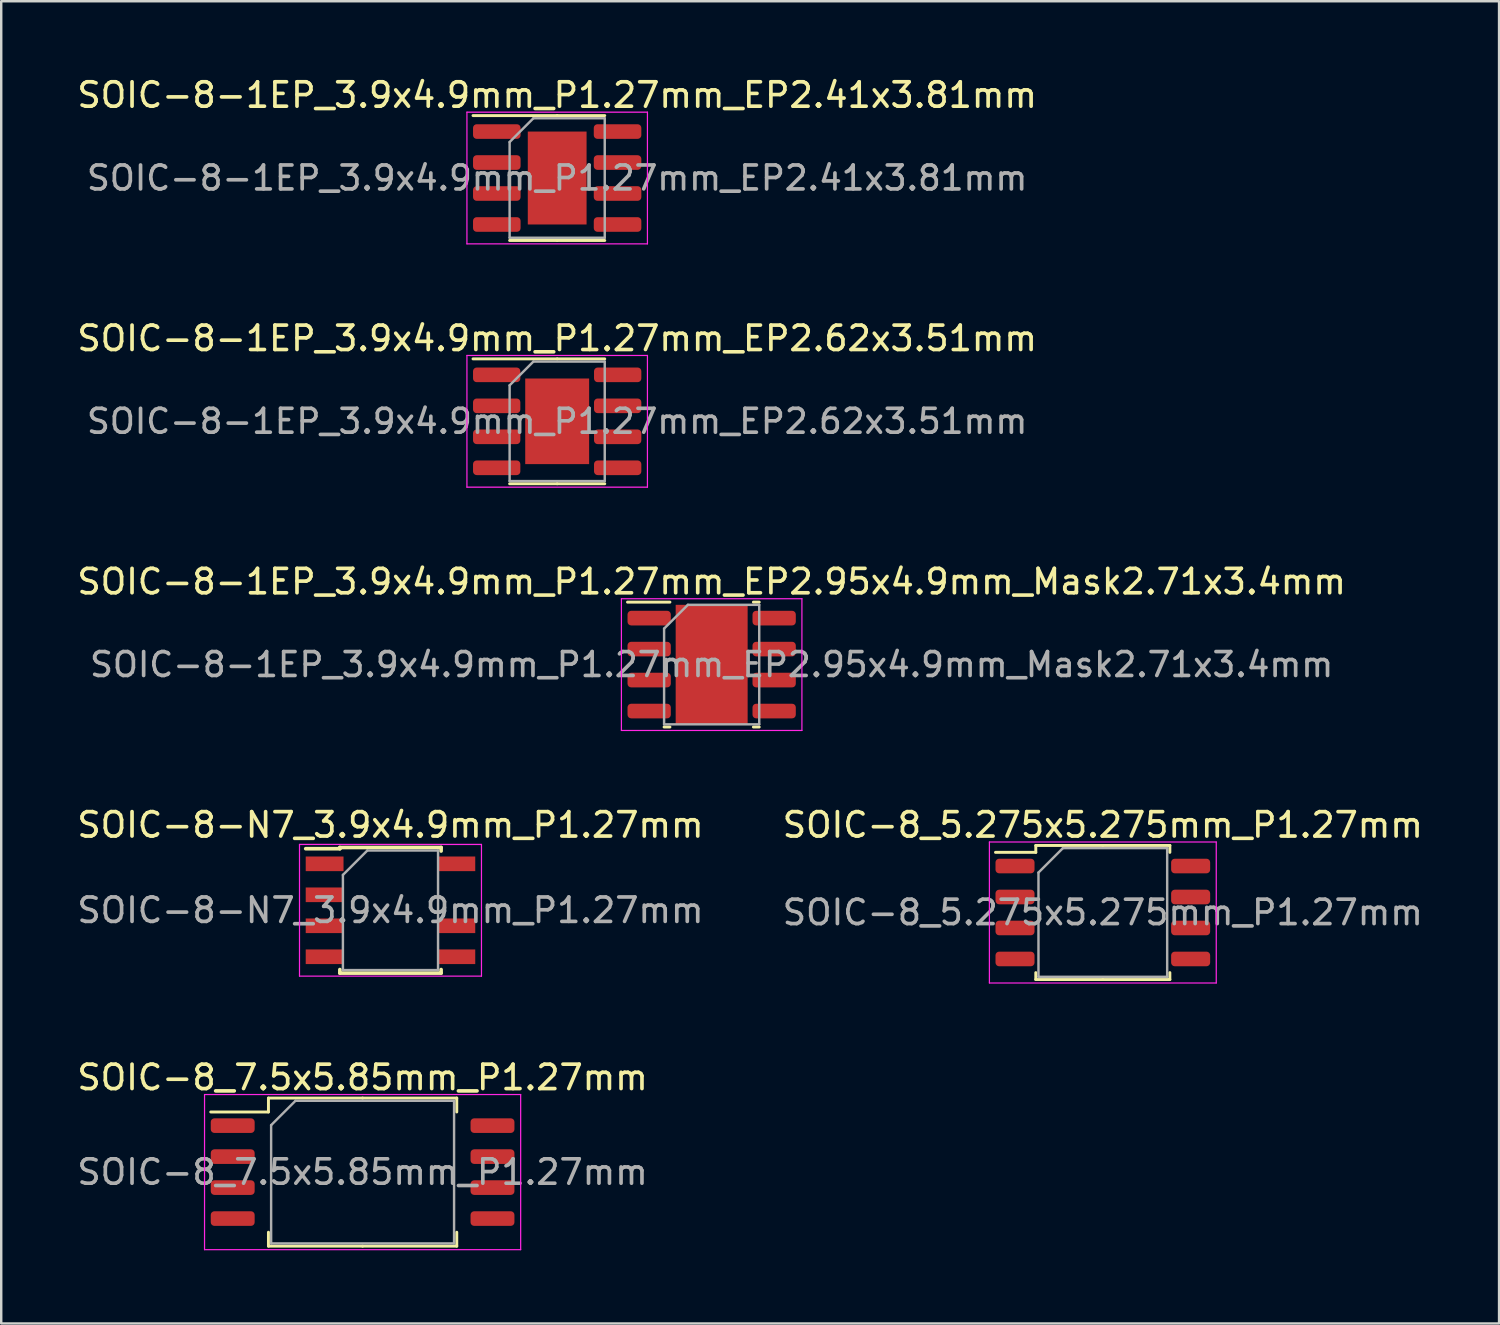
<source format=kicad_pcb>
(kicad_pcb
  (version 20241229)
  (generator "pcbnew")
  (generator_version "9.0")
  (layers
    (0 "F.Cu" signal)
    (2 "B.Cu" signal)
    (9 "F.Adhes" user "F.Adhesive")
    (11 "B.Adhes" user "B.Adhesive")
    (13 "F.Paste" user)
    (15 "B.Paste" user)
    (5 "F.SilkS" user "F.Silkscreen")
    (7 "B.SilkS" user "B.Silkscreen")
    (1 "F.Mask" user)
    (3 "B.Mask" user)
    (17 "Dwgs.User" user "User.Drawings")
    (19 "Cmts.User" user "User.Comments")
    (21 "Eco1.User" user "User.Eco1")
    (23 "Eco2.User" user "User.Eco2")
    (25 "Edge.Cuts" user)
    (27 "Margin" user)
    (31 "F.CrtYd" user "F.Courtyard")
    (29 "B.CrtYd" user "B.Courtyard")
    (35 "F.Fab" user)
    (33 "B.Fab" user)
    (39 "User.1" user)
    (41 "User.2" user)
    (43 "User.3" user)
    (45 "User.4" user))
  (footprint "SOIC-8-1EP_3.9x4.9mm_P1.27mm_EP2.95x4.9mm_Mask2.71x3.4mm"
    (layer "F.Cu")
    (at 26.125 24.195)
    (property "Reference" "SOIC-8-1EP_3.9x4.9mm_P1.27mm_EP2.95x4.9mm_Mask2.71x3.4mm" (at 0 -3.4 0) (layer "F.SilkS") (effects (font (size 1 1) (thickness 0.15))))
    (attr smd)
    (fp_line (start -1.711 -2.56) (end -3.45 -2.56) (stroke (width 0.12) (type solid)) (layer "F.SilkS"))
    (fp_line (start -1.711 2.56) (end -1.95 2.56) (stroke (width 0.12) (type solid)) (layer "F.SilkS"))
    (fp_line (start 1.711 -2.56) (end 1.95 -2.56) (stroke (width 0.12) (type solid)) (layer "F.SilkS"))
    (fp_line (start 1.711 2.56) (end 1.95 2.56) (stroke (width 0.12) (type solid)) (layer "F.SilkS"))
    (fp_line (start -3.7 -2.7) (end -3.7 2.7) (stroke (width 0.05) (type solid)) (layer "F.CrtYd"))
    (fp_line (start -3.7 2.7) (end 3.7 2.7) (stroke (width 0.05) (type solid)) (layer "F.CrtYd"))
    (fp_line (start 3.7 -2.7) (end -3.7 -2.7) (stroke (width 0.05) (type solid)) (layer "F.CrtYd"))
    (fp_line (start 3.7 2.7) (end 3.7 -2.7) (stroke (width 0.05) (type solid)) (layer "F.CrtYd"))
    (fp_line (start -1.95 -1.475) (end -0.975 -2.45) (stroke (width 0.1) (type solid)) (layer "F.Fab"))
    (fp_line (start -1.95 2.45) (end -1.95 -1.475) (stroke (width 0.1) (type solid)) (layer "F.Fab"))
    (fp_line (start -0.975 -2.45) (end 1.95 -2.45) (stroke (width 0.1) (type solid)) (layer "F.Fab"))
    (fp_line (start 1.95 -2.45) (end 1.95 2.45) (stroke (width 0.1) (type solid)) (layer "F.Fab"))
    (fp_line (start 1.95 2.45) (end -1.95 2.45) (stroke (width 0.1) (type solid)) (layer "F.Fab"))
    (fp_text user "${REFERENCE}" (at 0 0 0) (layer "F.Fab") (effects (font (size 0.98 0.98) (thickness 0.15))))
    (pad "" smd roundrect (at -0.68 -0.85) (size 1.09 1.37) (layers "F.Paste") (roundrect_rratio 0.229))
    (pad "" smd roundrect (at -0.68 0.85) (size 1.09 1.37) (layers "F.Paste") (roundrect_rratio 0.229))
    (pad "" smd rect (at 0 0) (size 2.71 3.4) (layers "F.Mask"))
    (pad "" smd roundrect (at 0.68 -0.85) (size 1.09 1.37) (layers "F.Paste") (roundrect_rratio 0.229))
    (pad "" smd roundrect (at 0.68 0.85) (size 1.09 1.37) (layers "F.Paste") (roundrect_rratio 0.229))
    (pad "1" smd roundrect (at -2.562 -1.905) (size 1.775 0.6) (layers "F.Cu" "F.Mask" "F.Paste") (roundrect_rratio 0.25))
    (pad "2" smd roundrect (at -2.562 -0.635) (size 1.775 0.6) (layers "F.Cu" "F.Mask" "F.Paste") (roundrect_rratio 0.25))
    (pad "3" smd roundrect (at -2.562 0.635) (size 1.775 0.6) (layers "F.Cu" "F.Mask" "F.Paste") (roundrect_rratio 0.25))
    (pad "4" smd roundrect (at -2.562 1.905) (size 1.775 0.6) (layers "F.Cu" "F.Mask" "F.Paste") (roundrect_rratio 0.25))
    (pad "5" smd roundrect (at 2.562 1.905) (size 1.775 0.6) (layers "F.Cu" "F.Mask" "F.Paste") (roundrect_rratio 0.25))
    (pad "6" smd roundrect (at 2.562 0.635) (size 1.775 0.6) (layers "F.Cu" "F.Mask" "F.Paste") (roundrect_rratio 0.25))
    (pad "7" smd roundrect (at 2.562 -0.635) (size 1.775 0.6) (layers "F.Cu" "F.Mask" "F.Paste") (roundrect_rratio 0.25))
    (pad "8" smd roundrect (at 2.562 -1.905) (size 1.775 0.6) (layers "F.Cu" "F.Mask" "F.Paste") (roundrect_rratio 0.25))
    (pad "9" smd rect (at 0 0) (size 2.95 4.9) (layers "F.Cu")))
  (footprint "SOIC-8-1EP_3.9x4.9mm_P1.27mm_EP2.62x3.51mm"
    (layer "F.Cu")
    (at 19.792 14.222)
    (property "Reference" "SOIC-8-1EP_3.9x4.9mm_P1.27mm_EP2.62x3.51mm" (at 0 -3.4 0) (layer "F.SilkS") (effects (font (size 1 1) (thickness 0.15))))
    (attr smd)
    (fp_line (start 0 -2.56) (end -3.45 -2.56) (stroke (width 0.12) (type solid)) (layer "F.SilkS"))
    (fp_line (start 0 -2.56) (end 1.95 -2.56) (stroke (width 0.12) (type solid)) (layer "F.SilkS"))
    (fp_line (start 0 2.56) (end -1.95 2.56) (stroke (width 0.12) (type solid)) (layer "F.SilkS"))
    (fp_line (start 0 2.56) (end 1.95 2.56) (stroke (width 0.12) (type solid)) (layer "F.SilkS"))
    (fp_line (start -3.7 -2.7) (end -3.7 2.7) (stroke (width 0.05) (type solid)) (layer "F.CrtYd"))
    (fp_line (start -3.7 2.7) (end 3.7 2.7) (stroke (width 0.05) (type solid)) (layer "F.CrtYd"))
    (fp_line (start 3.7 -2.7) (end -3.7 -2.7) (stroke (width 0.05) (type solid)) (layer "F.CrtYd"))
    (fp_line (start 3.7 2.7) (end 3.7 -2.7) (stroke (width 0.05) (type solid)) (layer "F.CrtYd"))
    (fp_line (start -1.95 -1.475) (end -0.975 -2.45) (stroke (width 0.1) (type solid)) (layer "F.Fab"))
    (fp_line (start -1.95 2.45) (end -1.95 -1.475) (stroke (width 0.1) (type solid)) (layer "F.Fab"))
    (fp_line (start -0.975 -2.45) (end 1.95 -2.45) (stroke (width 0.1) (type solid)) (layer "F.Fab"))
    (fp_line (start 1.95 -2.45) (end 1.95 2.45) (stroke (width 0.1) (type solid)) (layer "F.Fab"))
    (fp_line (start 1.95 2.45) (end -1.95 2.45) (stroke (width 0.1) (type solid)) (layer "F.Fab"))
    (fp_text user "${REFERENCE}" (at 0 0 0) (layer "F.Fab") (effects (font (size 0.98 0.98) (thickness 0.15))))
    (pad "" smd roundrect (at -0.655 -0.875) (size 1.06 1.41) (layers "F.Paste") (roundrect_rratio 0.236))
    (pad "" smd roundrect (at -0.655 0.875) (size 1.06 1.41) (layers "F.Paste") (roundrect_rratio 0.236))
    (pad "" smd roundrect (at 0.655 -0.875) (size 1.06 1.41) (layers "F.Paste") (roundrect_rratio 0.236))
    (pad "" smd roundrect (at 0.655 0.875) (size 1.06 1.41) (layers "F.Paste") (roundrect_rratio 0.236))
    (pad "1" smd roundrect (at -2.48 -1.905) (size 1.94 0.6) (layers "F.Cu" "F.Mask" "F.Paste") (roundrect_rratio 0.25))
    (pad "2" smd roundrect (at -2.48 -0.635) (size 1.94 0.6) (layers "F.Cu" "F.Mask" "F.Paste") (roundrect_rratio 0.25))
    (pad "3" smd roundrect (at -2.48 0.635) (size 1.94 0.6) (layers "F.Cu" "F.Mask" "F.Paste") (roundrect_rratio 0.25))
    (pad "4" smd roundrect (at -2.48 1.905) (size 1.94 0.6) (layers "F.Cu" "F.Mask" "F.Paste") (roundrect_rratio 0.25))
    (pad "5" smd roundrect (at 2.48 1.905) (size 1.94 0.6) (layers "F.Cu" "F.Mask" "F.Paste") (roundrect_rratio 0.25))
    (pad "6" smd roundrect (at 2.48 0.635) (size 1.94 0.6) (layers "F.Cu" "F.Mask" "F.Paste") (roundrect_rratio 0.25))
    (pad "7" smd roundrect (at 2.48 -0.635) (size 1.94 0.6) (layers "F.Cu" "F.Mask" "F.Paste") (roundrect_rratio 0.25))
    (pad "8" smd roundrect (at 2.48 -1.905) (size 1.94 0.6) (layers "F.Cu" "F.Mask" "F.Paste") (roundrect_rratio 0.25))
    (pad "9" smd rect (at 0 0) (size 2.62 3.51) (layers "F.Cu" "F.Mask")))
  (footprint "SOIC-8_7.5x5.85mm_P1.27mm"
    (layer "F.Cu")
    (at 11.815 45.001)
    (property "Reference" "SOIC-8_7.5x5.85mm_P1.27mm" (at 0 -3.88 0) (layer "F.SilkS") (effects (font (size 1 1) (thickness 0.15))))
    (attr smd)
    (fp_line (start -3.86 -3.035) (end -3.86 -2.465) (stroke (width 0.12) (type solid)) (layer "F.SilkS"))
    (fp_line (start -3.86 -2.465) (end -6.225 -2.465) (stroke (width 0.12) (type solid)) (layer "F.SilkS"))
    (fp_line (start -3.86 3.035) (end -3.86 2.465) (stroke (width 0.12) (type solid)) (layer "F.SilkS"))
    (fp_line (start 0 -3.035) (end -3.86 -3.035) (stroke (width 0.12) (type solid)) (layer "F.SilkS"))
    (fp_line (start 0 -3.035) (end 3.86 -3.035) (stroke (width 0.12) (type solid)) (layer "F.SilkS"))
    (fp_line (start 0 3.035) (end -3.86 3.035) (stroke (width 0.12) (type solid)) (layer "F.SilkS"))
    (fp_line (start 0 3.035) (end 3.86 3.035) (stroke (width 0.12) (type solid)) (layer "F.SilkS"))
    (fp_line (start 3.86 -3.035) (end 3.86 -2.465) (stroke (width 0.12) (type solid)) (layer "F.SilkS"))
    (fp_line (start 3.86 3.035) (end 3.86 2.465) (stroke (width 0.12) (type solid)) (layer "F.SilkS"))
    (fp_line (start -6.48 -3.18) (end -6.48 3.18) (stroke (width 0.05) (type solid)) (layer "F.CrtYd"))
    (fp_line (start -6.48 3.18) (end 6.48 3.18) (stroke (width 0.05) (type solid)) (layer "F.CrtYd"))
    (fp_line (start 6.48 -3.18) (end -6.48 -3.18) (stroke (width 0.05) (type solid)) (layer "F.CrtYd"))
    (fp_line (start 6.48 3.18) (end 6.48 -3.18) (stroke (width 0.05) (type solid)) (layer "F.CrtYd"))
    (fp_line (start -3.75 -1.925) (end -2.75 -2.925) (stroke (width 0.1) (type solid)) (layer "F.Fab"))
    (fp_line (start -3.75 2.925) (end -3.75 -1.925) (stroke (width 0.1) (type solid)) (layer "F.Fab"))
    (fp_line (start -2.75 -2.925) (end 3.75 -2.925) (stroke (width 0.1) (type solid)) (layer "F.Fab"))
    (fp_line (start 3.75 -2.925) (end 3.75 2.925) (stroke (width 0.1) (type solid)) (layer "F.Fab"))
    (fp_line (start 3.75 2.925) (end -3.75 2.925) (stroke (width 0.1) (type solid)) (layer "F.Fab"))
    (fp_text user "${REFERENCE}" (at 0 0 0) (layer "F.Fab") (effects (font (size 1 1) (thickness 0.15))))
    (pad "1" smd roundrect (at -5.325 -1.905) (size 1.8 0.6) (layers "F.Cu" "F.Mask" "F.Paste") (roundrect_rratio 0.25))
    (pad "2" smd roundrect (at -5.325 -0.635) (size 1.8 0.6) (layers "F.Cu" "F.Mask" "F.Paste") (roundrect_rratio 0.25))
    (pad "3" smd roundrect (at -5.325 0.635) (size 1.8 0.6) (layers "F.Cu" "F.Mask" "F.Paste") (roundrect_rratio 0.25))
    (pad "4" smd roundrect (at -5.325 1.905) (size 1.8 0.6) (layers "F.Cu" "F.Mask" "F.Paste") (roundrect_rratio 0.25))
    (pad "5" smd roundrect (at 5.325 1.905) (size 1.8 0.6) (layers "F.Cu" "F.Mask" "F.Paste") (roundrect_rratio 0.25))
    (pad "6" smd roundrect (at 5.325 0.635) (size 1.8 0.6) (layers "F.Cu" "F.Mask" "F.Paste") (roundrect_rratio 0.25))
    (pad "7" smd roundrect (at 5.325 -0.635) (size 1.8 0.6) (layers "F.Cu" "F.Mask" "F.Paste") (roundrect_rratio 0.25))
    (pad "8" smd roundrect (at 5.325 -1.905) (size 1.8 0.6) (layers "F.Cu" "F.Mask" "F.Paste") (roundrect_rratio 0.25)))
  (footprint "SOIC-8-N7_3.9x4.9mm_P1.27mm"
    (layer "F.Cu")
    (at 12.958 34.268)
    (property "Reference" "SOIC-8-N7_3.9x4.9mm_P1.27mm" (at 0 -3.5 0) (layer "F.SilkS") (effects (font (size 1 1) (thickness 0.15))))
    (attr smd)
    (fp_line (start -2.075 -2.575) (end -2.075 -2.525) (stroke (width 0.15) (type solid)) (layer "F.SilkS"))
    (fp_line (start -2.075 -2.575) (end 2.075 -2.575) (stroke (width 0.15) (type solid)) (layer "F.SilkS"))
    (fp_line (start -2.075 -2.525) (end -3.475 -2.525) (stroke (width 0.15) (type solid)) (layer "F.SilkS"))
    (fp_line (start -2.075 2.575) (end -2.075 2.43) (stroke (width 0.15) (type solid)) (layer "F.SilkS"))
    (fp_line (start -2.075 2.575) (end 2.075 2.575) (stroke (width 0.15) (type solid)) (layer "F.SilkS"))
    (fp_line (start 2.075 -2.575) (end 2.075 -2.43) (stroke (width 0.15) (type solid)) (layer "F.SilkS"))
    (fp_line (start 2.075 2.575) (end 2.075 2.43) (stroke (width 0.15) (type solid)) (layer "F.SilkS"))
    (fp_line (start -3.73 -2.7) (end -3.73 2.7) (stroke (width 0.05) (type solid)) (layer "F.CrtYd"))
    (fp_line (start -3.73 -2.7) (end 3.73 -2.7) (stroke (width 0.05) (type solid)) (layer "F.CrtYd"))
    (fp_line (start -3.73 2.7) (end 3.73 2.7) (stroke (width 0.05) (type solid)) (layer "F.CrtYd"))
    (fp_line (start 3.73 -2.7) (end 3.73 2.7) (stroke (width 0.05) (type solid)) (layer "F.CrtYd"))
    (fp_line (start -1.95 -1.45) (end -0.95 -2.45) (stroke (width 0.1) (type solid)) (layer "F.Fab"))
    (fp_line (start -1.95 2.45) (end -1.95 -1.45) (stroke (width 0.1) (type solid)) (layer "F.Fab"))
    (fp_line (start -0.95 -2.45) (end 1.95 -2.45) (stroke (width 0.1) (type solid)) (layer "F.Fab"))
    (fp_line (start 1.95 -2.45) (end 1.95 2.45) (stroke (width 0.1) (type solid)) (layer "F.Fab"))
    (fp_line (start 1.95 2.45) (end -1.95 2.45) (stroke (width 0.1) (type solid)) (layer "F.Fab"))
    (fp_text user "${REFERENCE}" (at 0 0 0) (layer "F.Fab") (effects (font (size 1 1) (thickness 0.15))))
    (pad "1" smd rect (at -2.7 -1.905) (size 1.55 0.6) (layers "F.Cu" "F.Mask" "F.Paste"))
    (pad "2" smd rect (at -2.7 -0.635) (size 1.55 0.6) (layers "F.Cu" "F.Mask" "F.Paste"))
    (pad "3" smd rect (at -2.7 0.635) (size 1.55 0.6) (layers "F.Cu" "F.Mask" "F.Paste"))
    (pad "4" smd rect (at -2.7 1.905) (size 1.55 0.6) (layers "F.Cu" "F.Mask" "F.Paste"))
    (pad "5" smd rect (at 2.7 1.905) (size 1.55 0.6) (layers "F.Cu" "F.Mask" "F.Paste"))
    (pad "6" smd rect (at 2.7 0.635) (size 1.55 0.6) (layers "F.Cu" "F.Mask" "F.Paste"))
    (pad "8" smd rect (at 2.7 -1.905) (size 1.55 0.6) (layers "F.Cu" "F.Mask" "F.Paste")))
  (footprint "SOIC-8-1EP_3.9x4.9mm_P1.27mm_EP2.41x3.81mm"
    (layer "F.Cu")
    (at 19.792 4.248)
    (property "Reference" "SOIC-8-1EP_3.9x4.9mm_P1.27mm_EP2.41x3.81mm" (at 0 -3.4 0) (layer "F.SilkS") (effects (font (size 1 1) (thickness 0.15))))
    (attr smd)
    (fp_line (start 0 -2.56) (end -3.45 -2.56) (stroke (width 0.12) (type solid)) (layer "F.SilkS"))
    (fp_line (start 0 -2.56) (end 1.95 -2.56) (stroke (width 0.12) (type solid)) (layer "F.SilkS"))
    (fp_line (start 0 2.56) (end -1.95 2.56) (stroke (width 0.12) (type solid)) (layer "F.SilkS"))
    (fp_line (start 0 2.56) (end 1.95 2.56) (stroke (width 0.12) (type solid)) (layer "F.SilkS"))
    (fp_line (start -3.7 -2.7) (end -3.7 2.7) (stroke (width 0.05) (type solid)) (layer "F.CrtYd"))
    (fp_line (start -3.7 2.7) (end 3.7 2.7) (stroke (width 0.05) (type solid)) (layer "F.CrtYd"))
    (fp_line (start 3.7 -2.7) (end -3.7 -2.7) (stroke (width 0.05) (type solid)) (layer "F.CrtYd"))
    (fp_line (start 3.7 2.7) (end 3.7 -2.7) (stroke (width 0.05) (type solid)) (layer "F.CrtYd"))
    (fp_line (start -1.95 -1.475) (end -0.975 -2.45) (stroke (width 0.1) (type solid)) (layer "F.Fab"))
    (fp_line (start -1.95 2.45) (end -1.95 -1.475) (stroke (width 0.1) (type solid)) (layer "F.Fab"))
    (fp_line (start -0.975 -2.45) (end 1.95 -2.45) (stroke (width 0.1) (type solid)) (layer "F.Fab"))
    (fp_line (start 1.95 -2.45) (end 1.95 2.45) (stroke (width 0.1) (type solid)) (layer "F.Fab"))
    (fp_line (start 1.95 2.45) (end -1.95 2.45) (stroke (width 0.1) (type solid)) (layer "F.Fab"))
    (fp_text user "${REFERENCE}" (at 0 0 0) (layer "F.Fab") (effects (font (size 0.98 0.98) (thickness 0.15))))
    (pad "" smd roundrect (at -0.6 -0.95) (size 0.97 1.54) (layers "F.Paste") (roundrect_rratio 0.25))
    (pad "" smd roundrect (at -0.6 0.95) (size 0.97 1.54) (layers "F.Paste") (roundrect_rratio 0.25))
    (pad "" smd roundrect (at 0.6 -0.95) (size 0.97 1.54) (layers "F.Paste") (roundrect_rratio 0.25))
    (pad "" smd roundrect (at 0.6 0.95) (size 0.97 1.54) (layers "F.Paste") (roundrect_rratio 0.25))
    (pad "1" smd roundrect (at -2.475 -1.905) (size 1.95 0.6) (layers "F.Cu" "F.Mask" "F.Paste") (roundrect_rratio 0.25))
    (pad "2" smd roundrect (at -2.475 -0.635) (size 1.95 0.6) (layers "F.Cu" "F.Mask" "F.Paste") (roundrect_rratio 0.25))
    (pad "3" smd roundrect (at -2.475 0.635) (size 1.95 0.6) (layers "F.Cu" "F.Mask" "F.Paste") (roundrect_rratio 0.25))
    (pad "4" smd roundrect (at -2.475 1.905) (size 1.95 0.6) (layers "F.Cu" "F.Mask" "F.Paste") (roundrect_rratio 0.25))
    (pad "5" smd roundrect (at 2.475 1.905) (size 1.95 0.6) (layers "F.Cu" "F.Mask" "F.Paste") (roundrect_rratio 0.25))
    (pad "6" smd roundrect (at 2.475 0.635) (size 1.95 0.6) (layers "F.Cu" "F.Mask" "F.Paste") (roundrect_rratio 0.25))
    (pad "7" smd roundrect (at 2.475 -0.635) (size 1.95 0.6) (layers "F.Cu" "F.Mask" "F.Paste") (roundrect_rratio 0.25))
    (pad "8" smd roundrect (at 2.475 -1.905) (size 1.95 0.6) (layers "F.Cu" "F.Mask" "F.Paste") (roundrect_rratio 0.25))
    (pad "9" smd rect (at 0 0) (size 2.41 3.81) (layers "F.Cu" "F.Mask")))
  (footprint "SOIC-8_5.275x5.275mm_P1.27mm"
    (layer "F.Cu")
    (at 42.161 34.358)
    (property "Reference" "SOIC-8_5.275x5.275mm_P1.27mm" (at 0 -3.59 0) (layer "F.SilkS") (effects (font (size 1 1) (thickness 0.15))))
    (attr smd)
    (fp_line (start -2.748 -2.748) (end -2.748 -2.465) (stroke (width 0.12) (type solid)) (layer "F.SilkS"))
    (fp_line (start -2.748 -2.465) (end -4.4 -2.465) (stroke (width 0.12) (type solid)) (layer "F.SilkS"))
    (fp_line (start -2.748 2.748) (end -2.748 2.465) (stroke (width 0.12) (type solid)) (layer "F.SilkS"))
    (fp_line (start 0 -2.748) (end -2.748 -2.748) (stroke (width 0.12) (type solid)) (layer "F.SilkS"))
    (fp_line (start 0 -2.748) (end 2.748 -2.748) (stroke (width 0.12) (type solid)) (layer "F.SilkS"))
    (fp_line (start 0 2.748) (end -2.748 2.748) (stroke (width 0.12) (type solid)) (layer "F.SilkS"))
    (fp_line (start 0 2.748) (end 2.748 2.748) (stroke (width 0.12) (type solid)) (layer "F.SilkS"))
    (fp_line (start 2.748 -2.748) (end 2.748 -2.465) (stroke (width 0.12) (type solid)) (layer "F.SilkS"))
    (fp_line (start 2.748 2.748) (end 2.748 2.465) (stroke (width 0.12) (type solid)) (layer "F.SilkS"))
    (fp_line (start -4.65 -2.89) (end -4.65 2.89) (stroke (width 0.05) (type solid)) (layer "F.CrtYd"))
    (fp_line (start -4.65 2.89) (end 4.65 2.89) (stroke (width 0.05) (type solid)) (layer "F.CrtYd"))
    (fp_line (start 4.65 -2.89) (end -4.65 -2.89) (stroke (width 0.05) (type solid)) (layer "F.CrtYd"))
    (fp_line (start 4.65 2.89) (end 4.65 -2.89) (stroke (width 0.05) (type solid)) (layer "F.CrtYd"))
    (fp_line (start -2.638 -1.637) (end -1.637 -2.638) (stroke (width 0.1) (type solid)) (layer "F.Fab"))
    (fp_line (start -2.638 2.638) (end -2.638 -1.637) (stroke (width 0.1) (type solid)) (layer "F.Fab"))
    (fp_line (start -1.637 -2.638) (end 2.638 -2.638) (stroke (width 0.1) (type solid)) (layer "F.Fab"))
    (fp_line (start 2.638 -2.638) (end 2.638 2.638) (stroke (width 0.1) (type solid)) (layer "F.Fab"))
    (fp_line (start 2.638 2.638) (end -2.638 2.638) (stroke (width 0.1) (type solid)) (layer "F.Fab"))
    (fp_text user "${REFERENCE}" (at 0 0 0) (layer "F.Fab") (effects (font (size 1 1) (thickness 0.15))))
    (pad "1" smd roundrect (at -3.6 -1.905) (size 1.6 0.6) (layers "F.Cu" "F.Mask" "F.Paste") (roundrect_rratio 0.25))
    (pad "2" smd roundrect (at -3.6 -0.635) (size 1.6 0.6) (layers "F.Cu" "F.Mask" "F.Paste") (roundrect_rratio 0.25))
    (pad "3" smd roundrect (at -3.6 0.635) (size 1.6 0.6) (layers "F.Cu" "F.Mask" "F.Paste") (roundrect_rratio 0.25))
    (pad "4" smd roundrect (at -3.6 1.905) (size 1.6 0.6) (layers "F.Cu" "F.Mask" "F.Paste") (roundrect_rratio 0.25))
    (pad "5" smd roundrect (at 3.6 1.905) (size 1.6 0.6) (layers "F.Cu" "F.Mask" "F.Paste") (roundrect_rratio 0.25))
    (pad "6" smd roundrect (at 3.6 0.635) (size 1.6 0.6) (layers "F.Cu" "F.Mask" "F.Paste") (roundrect_rratio 0.25))
    (pad "7" smd roundrect (at 3.6 -0.635) (size 1.6 0.6) (layers "F.Cu" "F.Mask" "F.Paste") (roundrect_rratio 0.25))
    (pad "8" smd roundrect (at 3.6 -1.905) (size 1.6 0.6) (layers "F.Cu" "F.Mask" "F.Paste") (roundrect_rratio 0.25)))
  (gr_rect
    (start -3 -3)
    (end 58.405 51.206)
    (stroke (width 0.1) (type default))
    (fill no)
    (layer "Edge.Cuts")))
</source>
